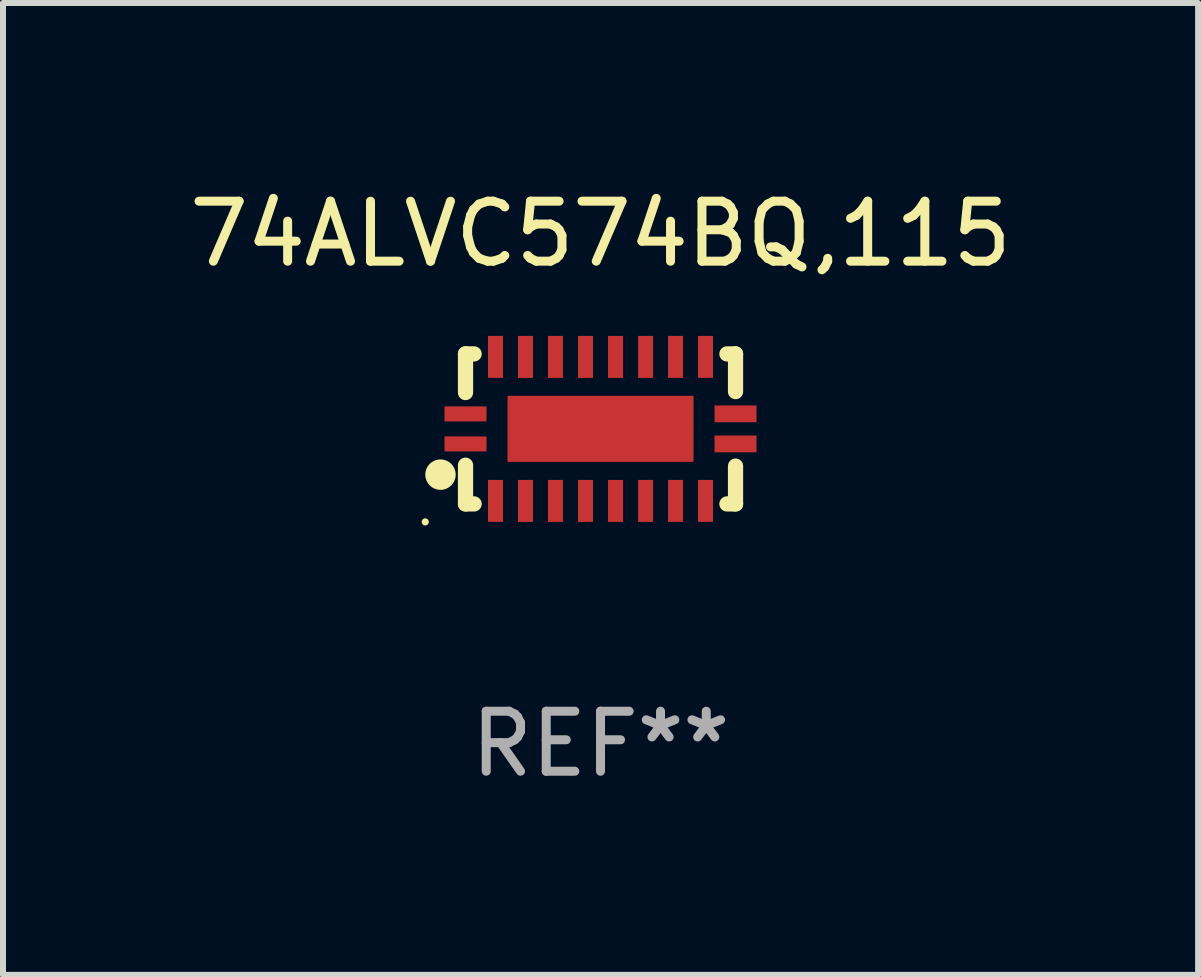
<source format=kicad_pcb>
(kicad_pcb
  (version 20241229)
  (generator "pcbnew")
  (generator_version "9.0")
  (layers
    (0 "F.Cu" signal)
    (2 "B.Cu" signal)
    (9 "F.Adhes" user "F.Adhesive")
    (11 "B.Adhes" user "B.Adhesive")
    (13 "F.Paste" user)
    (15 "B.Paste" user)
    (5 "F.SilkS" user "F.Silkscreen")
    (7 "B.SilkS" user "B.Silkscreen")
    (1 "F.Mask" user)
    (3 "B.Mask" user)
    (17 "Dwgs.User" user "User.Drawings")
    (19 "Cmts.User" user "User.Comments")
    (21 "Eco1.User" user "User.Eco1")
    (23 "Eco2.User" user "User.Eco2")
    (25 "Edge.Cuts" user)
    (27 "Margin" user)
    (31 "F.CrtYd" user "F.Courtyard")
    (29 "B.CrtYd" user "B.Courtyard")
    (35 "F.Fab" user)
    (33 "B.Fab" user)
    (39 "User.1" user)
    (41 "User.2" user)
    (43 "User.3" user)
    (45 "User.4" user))
  (footprint "74ALVC574BQ,115"
    (layer "F.Cu")
    (at 6.958 4.098)
    (property "Reference" "74ALVC574BQ,115" (at 0 -3.25 0) (layer "F.SilkS") (effects (font (size 1 1) (thickness 0.15))))
    (attr through_hole)
    (fp_line (start -2.25 0.605) (end -2.25 1.25) (stroke (width 0.254) (type solid)) (layer "F.SilkS"))
    (fp_line (start -2.25 1.25) (end -2.107 1.25) (stroke (width 0.254) (type solid)) (layer "F.SilkS"))
    (fp_line (start -2.25 -1.25) (end -2.25 -0.606) (stroke (width 0.254) (type solid)) (layer "F.SilkS"))
    (fp_line (start -2.25 -1.25) (end -2.107 -1.25) (stroke (width 0.254) (type solid)) (layer "F.SilkS"))
    (fp_line (start 2.107 -1.25) (end 2.25 -1.25) (stroke (width 0.254) (type solid)) (layer "F.SilkS"))
    (fp_line (start 2.107 1.25) (end 2.25 1.25) (stroke (width 0.254) (type solid)) (layer "F.SilkS"))
    (fp_line (start 2.25 -1.25) (end 2.25 -0.622) (stroke (width 0.254) (type solid)) (layer "F.SilkS"))
    (fp_line (start 2.25 0.62) (end 2.25 1.25) (stroke (width 0.254) (type solid)) (layer "F.SilkS"))
    (fp_circle (center -2.921 1.55) (end -2.891 1.55) (stroke (width 0.06) (type solid)) (fill no) (layer "F.SilkS"))
    (fp_circle (center -2.667 0.762) (end -2.54 0.762) (stroke (width 0.254) (type solid)) (fill no) (layer "F.SilkS"))
    (fp_text user "REF**" (at 0 5.25 0) (layer "F.Fab") (effects (font (size 1 1) (thickness 0.15))))
    (pad "1" smd rect (at -2.25 0.25 180) (size 0.7 0.25) (layers "F.Cu" "F.Mask" "F.Paste"))
    (pad "2" smd rect (at -1.75 1.2 90) (size 0.7 0.25) (layers "F.Cu" "F.Mask" "F.Paste"))
    (pad "3" smd rect (at -1.25 1.2 90) (size 0.7 0.25) (layers "F.Cu" "F.Mask" "F.Paste"))
    (pad "4" smd rect (at -0.751 1.2 90) (size 0.7 0.25) (layers "F.Cu" "F.Mask" "F.Paste"))
    (pad "5" smd rect (at -0.25 1.2 90) (size 0.7 0.25) (layers "F.Cu" "F.Mask" "F.Paste"))
    (pad "6" smd rect (at 0.25 1.2 90) (size 0.7 0.25) (layers "F.Cu" "F.Mask" "F.Paste"))
    (pad "7" smd rect (at 0.751 1.2 90) (size 0.7 0.25) (layers "F.Cu" "F.Mask" "F.Paste"))
    (pad "8" smd rect (at 1.25 1.2 90) (size 0.7 0.25) (layers "F.Cu" "F.Mask" "F.Paste"))
    (pad "9" smd rect (at 1.75 1.2 90) (size 0.7 0.25) (layers "F.Cu" "F.Mask" "F.Paste"))
    (pad "10" smd rect (at 2.25 0.25 180) (size 0.7 0.28) (layers "F.Cu" "F.Mask" "F.Paste"))
    (pad "11" smd rect (at 2.25 -0.251 180) (size 0.7 0.28) (layers "F.Cu" "F.Mask" "F.Paste"))
    (pad "12" smd rect (at 1.75 -1.2 90) (size 0.7 0.25) (layers "F.Cu" "F.Mask" "F.Paste"))
    (pad "13" smd rect (at 1.25 -1.2 90) (size 0.7 0.25) (layers "F.Cu" "F.Mask" "F.Paste"))
    (pad "14" smd rect (at 0.751 -1.2 90) (size 0.7 0.25) (layers "F.Cu" "F.Mask" "F.Paste"))
    (pad "15" smd rect (at 0.25 -1.2 90) (size 0.7 0.25) (layers "F.Cu" "F.Mask" "F.Paste"))
    (pad "16" smd rect (at -0.25 -1.2 90) (size 0.7 0.25) (layers "F.Cu" "F.Mask" "F.Paste"))
    (pad "17" smd rect (at -0.751 -1.2 90) (size 0.7 0.25) (layers "F.Cu" "F.Mask" "F.Paste"))
    (pad "18" smd rect (at -1.25 -1.2 90) (size 0.7 0.25) (layers "F.Cu" "F.Mask" "F.Paste"))
    (pad "19" smd rect (at -1.75 -1.2 90) (size 0.7 0.25) (layers "F.Cu" "F.Mask" "F.Paste"))
    (pad "20" smd rect (at -2.25 -0.25 180) (size 0.7 0.25) (layers "F.Cu" "F.Mask" "F.Paste"))
    (pad "21" smd rect (at 0 -0.001 180) (size 3.1 1.1) (layers "F.Cu" "F.Mask" "F.Paste")))
  (gr_rect
    (start -3 -3)
    (end 16.917 13.197)
    (stroke (width 0.1) (type default))
    (fill no)
    (layer "Edge.Cuts")))
</source>
